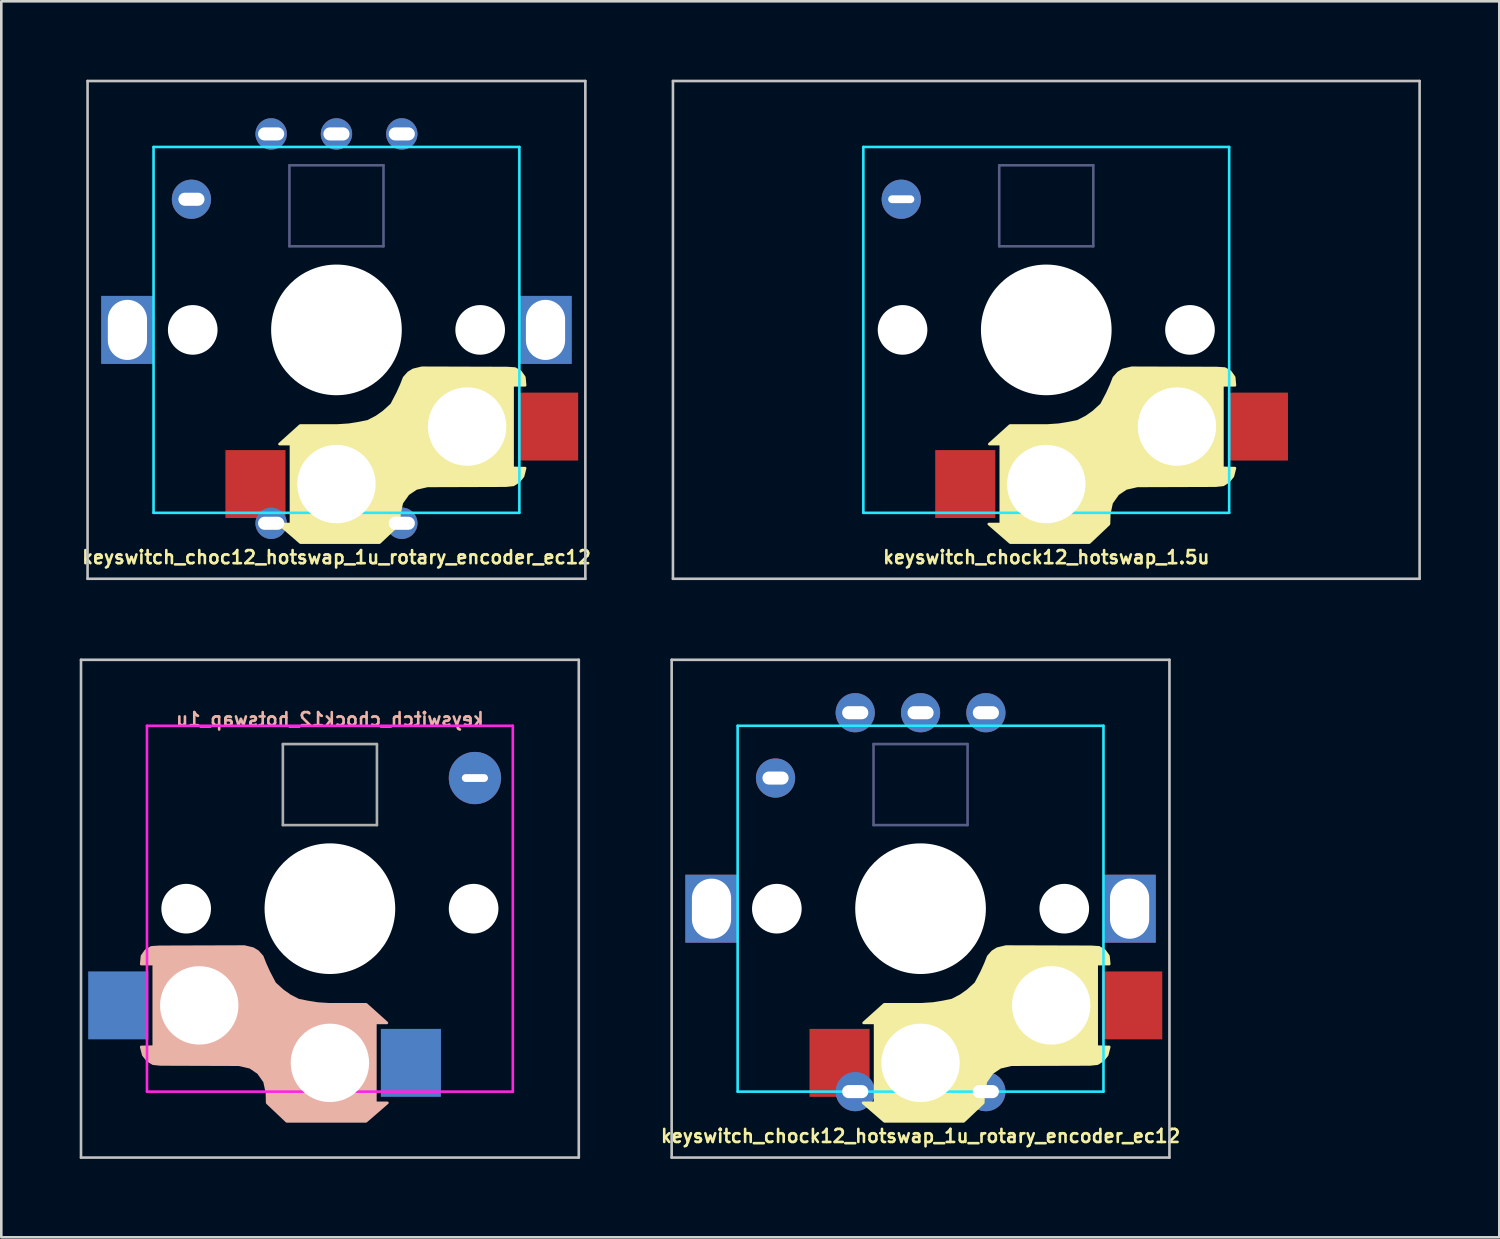
<source format=kicad_pcb>
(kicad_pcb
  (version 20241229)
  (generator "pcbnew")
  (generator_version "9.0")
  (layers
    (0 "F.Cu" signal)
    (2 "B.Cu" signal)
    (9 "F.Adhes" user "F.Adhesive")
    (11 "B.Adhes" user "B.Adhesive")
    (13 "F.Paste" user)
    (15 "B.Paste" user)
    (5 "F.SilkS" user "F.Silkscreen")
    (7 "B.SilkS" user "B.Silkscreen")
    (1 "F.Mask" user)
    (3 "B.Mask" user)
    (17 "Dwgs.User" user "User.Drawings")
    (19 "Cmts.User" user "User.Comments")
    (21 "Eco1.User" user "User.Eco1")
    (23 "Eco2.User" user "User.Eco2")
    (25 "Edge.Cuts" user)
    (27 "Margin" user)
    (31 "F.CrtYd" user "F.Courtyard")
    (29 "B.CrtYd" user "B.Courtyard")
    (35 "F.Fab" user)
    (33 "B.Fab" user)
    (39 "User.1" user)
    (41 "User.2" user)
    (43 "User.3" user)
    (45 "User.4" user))
  (footprint "keyswitch_chock12_hotswap_1u"
    (layer "F.Cu")
    (at 9.575 31.725)
    (property "Reference" "keyswitch_chock12_hotswap_1u" (at 0 -7.25 0) (layer "B.SilkS") (effects (font (size 0.5 0.5) (thickness 0.1) (bold yes)) (justify mirror)))
    (attr smd)
    (fp_poly (pts (xy -1.8 3.14) (xy -2.11 2.86) (xy -2.34 2.42) (xy -2.48 2.11) (xy -2.59 1.83) (xy -2.76 1.64) (xy -2.94 1.53) (xy -3.27 1.45) (xy -6.52 1.46) (xy -6.83 1.48) (xy -7.04 1.6) (xy -7.19 1.81) (xy -7.22 2.12) (xy -6.74 2.12) (xy -6.74 5.28) (xy -7.22 5.29) (xy -7.14 5.6) (xy -6.98 5.8) (xy -6.77 5.93) (xy -6.48 5.96) (xy -3.48 5.97) (xy -3.05 6.07) (xy -2.74 6.28) (xy -2.5 6.62) (xy -2.41 7.04) (xy -2.4 7.43) (xy -1.65 8.14) (xy 1.38 8.14) (xy 2.2 7.43) (xy 1.74 7.43) (xy 1.74 4.37) (xy 2.18 4.37) (xy 1.39 3.66) (xy -0.02 3.66) (xy -0.48 3.63) (xy -0.85 3.57) (xy -1.2 3.5) (xy -1.53 3.33)) (stroke (width 0.1) (type solid)) (fill yes) (layer "B.SilkS"))
    (fp_line (start -9.525 -9.525) (end 9.525 -9.525) (stroke (width 0.1) (type solid)) (layer "Dwgs.User"))
    (fp_line (start -9.525 9.525) (end -9.525 -9.525) (stroke (width 0.1) (type solid)) (layer "Dwgs.User"))
    (fp_line (start 9.525 -9.525) (end 9.525 9.525) (stroke (width 0.1) (type solid)) (layer "Dwgs.User"))
    (fp_line (start 9.525 9.525) (end -9.525 9.525) (stroke (width 0.1) (type solid)) (layer "Dwgs.User"))
    (fp_line (start -7 -7) (end 7 -7) (stroke (width 0.1) (type solid)) (layer "F.CrtYd"))
    (fp_line (start -7 7) (end -7 -7) (stroke (width 0.1) (type solid)) (layer "F.CrtYd"))
    (fp_line (start 7 -7) (end 7 7) (stroke (width 0.1) (type solid)) (layer "F.CrtYd"))
    (fp_line (start 7 7) (end -7 7) (stroke (width 0.1) (type solid)) (layer "F.CrtYd"))
    (fp_line (start -1.8 -3.2) (end -1.8 -6.3) (stroke (width 0.1) (type default)) (layer "F.Fab"))
    (fp_line (start 1.8 -6.3) (end -1.8 -6.3) (stroke (width 0.1) (type default)) (layer "F.Fab"))
    (fp_line (start 1.8 -3.2) (end -1.8 -3.2) (stroke (width 0.1) (type default)) (layer "F.Fab"))
    (fp_line (start 1.8 -3.2) (end 1.8 -6.3) (stroke (width 0.1) (type default)) (layer "F.Fab"))
    (pad "" np_thru_hole circle (at -5.5 0 90) (size 1.9 1.9) (drill 1.9) (layers "*.Cu" "*.Mask"))
    (pad "" np_thru_hole circle (at -5 3.7 90) (size 3 3) (drill 3) (layers "*.Cu" "*.Mask"))
    (pad "" np_thru_hole circle (at 0 0 90) (size 5 5) (drill 5) (layers "*.Cu" "*.Mask"))
    (pad "" np_thru_hole circle (at 0 5.9 90) (size 3 3) (drill 3) (layers "*.Cu" "*.Mask"))
    (pad "" np_thru_hole circle (at 5.5 0 90) (size 1.9 1.9) (drill 1.9) (layers "*.Cu" "*.Mask"))
    (pad "" thru_hole oval (at 5.55 -5 180) (size 2 2) (drill oval 1 0.3) (layers "*.Cu" "B.Mask"))
    (pad "1" smd rect (at -8.1 3.7 180) (size 2.3 2.6) (layers "B.Cu" "B.Mask" "B.Paste"))
    (pad "2" smd rect (at 3.1 5.9 180) (size 2.3 2.6) (layers "B.Cu" "B.Mask" "B.Paste")))
  (footprint "keyswitch_chock12_hotswap_1.5u"
    (layer "F.Cu")
    (at 36.99 9.575)
    (property "Reference" "keyswitch_chock12_hotswap_1.5u" (at 0 8.7 0) (layer "F.SilkS") (effects (font (size 0.5 0.5) (thickness 0.1) (bold yes))))
    (attr smd)
    (fp_poly (pts (xy 1.8 3.14) (xy 2.11 2.86) (xy 2.34 2.42) (xy 2.48 2.11) (xy 2.59 1.83) (xy 2.76 1.64) (xy 2.94 1.53) (xy 3.27 1.45) (xy 6.52 1.46) (xy 6.83 1.48) (xy 7.04 1.6) (xy 7.19 1.81) (xy 7.22 2.12) (xy 6.74 2.12) (xy 6.74 5.28) (xy 7.22 5.29) (xy 7.14 5.6) (xy 6.98 5.8) (xy 6.77 5.93) (xy 6.48 5.96) (xy 3.48 5.97) (xy 3.05 6.07) (xy 2.74 6.28) (xy 2.5 6.62) (xy 2.41 7.04) (xy 2.4 7.43) (xy 1.65 8.14) (xy -1.38 8.14) (xy -2.2 7.43) (xy -1.74 7.43) (xy -1.74 4.37) (xy -2.18 4.37) (xy -1.39 3.66) (xy 0.02 3.66) (xy 0.48 3.63) (xy 0.85 3.57) (xy 1.2 3.5) (xy 1.53 3.33)) (stroke (width 0.1) (type solid)) (fill yes) (layer "F.SilkS"))
    (fp_line (start -14.287 -9.525) (end -14.287 9.525) (stroke (width 0.1) (type solid)) (layer "Dwgs.User"))
    (fp_line (start -14.287 9.525) (end 14.287 9.525) (stroke (width 0.1) (type solid)) (layer "Dwgs.User"))
    (fp_line (start 14.287 -9.525) (end -14.287 -9.525) (stroke (width 0.1) (type solid)) (layer "Dwgs.User"))
    (fp_line (start 14.287 9.525) (end 14.287 -9.525) (stroke (width 0.1) (type solid)) (layer "Dwgs.User"))
    (fp_line (start -7 -7) (end -7 7) (stroke (width 0.1) (type solid)) (layer "B.CrtYd"))
    (fp_line (start -7 7) (end 7 7) (stroke (width 0.1) (type solid)) (layer "B.CrtYd"))
    (fp_line (start 7 -7) (end -7 -7) (stroke (width 0.1) (type solid)) (layer "B.CrtYd"))
    (fp_line (start 7 7) (end 7 -7) (stroke (width 0.1) (type solid)) (layer "B.CrtYd"))
    (fp_line (start -1.8 -6.3) (end 1.8 -6.3) (stroke (width 0.1) (type default)) (layer "B.Fab"))
    (fp_line (start -1.8 -3.2) (end -1.8 -6.3) (stroke (width 0.1) (type default)) (layer "B.Fab"))
    (fp_line (start -1.8 -3.2) (end 1.8 -3.2) (stroke (width 0.1) (type default)) (layer "B.Fab"))
    (fp_line (start 1.8 -3.2) (end 1.8 -6.3) (stroke (width 0.1) (type default)) (layer "B.Fab"))
    (pad "" thru_hole circle (at -5.55 -5) (size 1.5 1.5) (drill oval 1 0.3) (layers "*.Cu" "F.Mask"))
    (pad "" np_thru_hole circle (at -5.5 0 270) (size 1.9 1.9) (drill 1.9) (layers "*.Cu" "*.Mask"))
    (pad "" np_thru_hole circle (at 0 0 270) (size 5 5) (drill 5) (layers "*.Cu" "*.Mask"))
    (pad "" np_thru_hole circle (at 0 5.9 270) (size 3 3) (drill 3) (layers "*.Cu" "*.Mask"))
    (pad "" np_thru_hole circle (at 5 3.7 270) (size 3 3) (drill 3) (layers "*.Cu" "*.Mask"))
    (pad "" np_thru_hole circle (at 5.5 0 270) (size 1.9 1.9) (drill 1.9) (layers "*.Cu" "*.Mask"))
    (pad "1" smd rect (at 8.1 3.7 180) (size 2.3 2.6) (layers "F.Cu" "F.Mask" "F.Paste"))
    (pad "2" smd rect (at -3.1 5.9 180) (size 2.3 2.6) (layers "F.Cu" "F.Mask" "F.Paste")))
  (footprint "keyswitch_choc12_hotswap_1u_rotary_encoder_ec12"
    (layer "F.Cu")
    (at 9.826 9.575)
    (property "Reference" "keyswitch_choc12_hotswap_1u_rotary_encoder_ec12" (at 0 8.7 0) (layer "F.SilkS") (effects (font (size 0.5 0.5) (thickness 0.1) (bold yes))))
    (attr smd)
    (fp_poly (pts (xy 1.8 3.14) (xy 2.11 2.86) (xy 2.34 2.42) (xy 2.48 2.11) (xy 2.59 1.83) (xy 2.76 1.64) (xy 2.94 1.53) (xy 3.27 1.45) (xy 6.52 1.46) (xy 6.83 1.48) (xy 7.04 1.6) (xy 7.19 1.81) (xy 7.22 2.12) (xy 6.74 2.12) (xy 6.74 5.28) (xy 7.22 5.29) (xy 7.14 5.6) (xy 6.98 5.8) (xy 6.77 5.93) (xy 6.48 5.96) (xy 3.48 5.97) (xy 3.05 6.07) (xy 2.74 6.28) (xy 2.5 6.62) (xy 2.41 7.04) (xy 2.4 7.43) (xy 1.65 8.14) (xy -1.38 8.14) (xy -2.2 7.43) (xy -1.74 7.43) (xy -1.74 4.37) (xy -2.18 4.37) (xy -1.39 3.66) (xy 0.02 3.66) (xy 0.48 3.63) (xy 0.85 3.57) (xy 1.2 3.5) (xy 1.53 3.33)) (stroke (width 0.1) (type solid)) (fill yes) (layer "F.SilkS"))
    (fp_line (start -9.525 -9.525) (end -9.525 9.525) (stroke (width 0.1) (type solid)) (layer "Dwgs.User"))
    (fp_line (start -9.525 9.525) (end 9.525 9.525) (stroke (width 0.1) (type solid)) (layer "Dwgs.User"))
    (fp_line (start 9.525 -9.525) (end -9.525 -9.525) (stroke (width 0.1) (type solid)) (layer "Dwgs.User"))
    (fp_line (start 9.525 9.525) (end 9.525 -9.525) (stroke (width 0.1) (type solid)) (layer "Dwgs.User"))
    (fp_line (start -7 -7) (end -7 7) (stroke (width 0.1) (type solid)) (layer "B.CrtYd"))
    (fp_line (start -7 7) (end 7 7) (stroke (width 0.1) (type solid)) (layer "B.CrtYd"))
    (fp_line (start 7 -7) (end -7 -7) (stroke (width 0.1) (type solid)) (layer "B.CrtYd"))
    (fp_line (start 7 7) (end 7 -7) (stroke (width 0.1) (type solid)) (layer "B.CrtYd"))
    (fp_line (start -1.8 -6.3) (end 1.8 -6.3) (stroke (width 0.1) (type default)) (layer "B.Fab"))
    (fp_line (start -1.8 -3.2) (end -1.8 -6.3) (stroke (width 0.1) (type default)) (layer "B.Fab"))
    (fp_line (start -1.8 -3.2) (end 1.8 -3.2) (stroke (width 0.1) (type default)) (layer "B.Fab"))
    (fp_line (start 1.8 -3.2) (end 1.8 -6.3) (stroke (width 0.1) (type default)) (layer "B.Fab"))
    (pad "" thru_hole rect (at -8 0 90) (size 2.6 2) (drill oval 2.3 1.5) (layers "*.Cu" "*.Mask"))
    (pad "" thru_hole circle (at -5.55 -5) (size 1.5 1.5) (drill oval 1 0.5) (layers "*.Cu" "F.Mask"))
    (pad "" np_thru_hole circle (at -5.5 0 270) (size 1.9 1.9) (drill 1.9) (layers "*.Cu" "*.Mask"))
    (pad "" np_thru_hole circle (at 0 0 270) (size 5 5) (drill 5) (layers "*.Cu" "*.Mask"))
    (pad "" np_thru_hole circle (at 0 5.9 270) (size 3 3) (drill 3) (layers "*.Cu" "*.Mask"))
    (pad "" np_thru_hole circle (at 5 3.7 270) (size 3 3) (drill 3) (layers "*.Cu" "*.Mask"))
    (pad "" np_thru_hole circle (at 5.5 0 270) (size 1.9 1.9) (drill 1.9) (layers "*.Cu" "*.Mask"))
    (pad "" thru_hole rect (at 8 0 90) (size 2.6 2) (drill oval 2.3 1.5) (layers "*.Cu" "*.Mask"))
    (pad "A" thru_hole circle (at -2.5 -7.5 180) (size 1.2 1.2) (drill oval 1 0.5) (layers "*.Cu" "F.Mask"))
    (pad "B" thru_hole circle (at 2.5 -7.5 180) (size 1.2 1.2) (drill oval 1 0.5) (layers "*.Cu" "F.Mask"))
    (pad "C" thru_hole circle (at 0 -7.5 180) (size 1.2 1.2) (drill oval 1 0.5) (layers "*.Cu" "F.Mask"))
    (pad "S1" thru_hole circle (at 2.5 7.4 180) (size 1.2 1.2) (drill oval 1 0.5) (layers "*.Cu" "F.Mask"))
    (pad "S1" smd rect (at 8.1 3.7 180) (size 2.3 2.6) (layers "F.Cu" "F.Mask" "F.Paste"))
    (pad "S2" smd rect (at -3.1 5.9 180) (size 2.3 2.6) (layers "F.Cu" "F.Mask" "F.Paste"))
    (pad "S2" thru_hole circle (at -2.5 7.4 180) (size 1.2 1.2) (drill oval 1 0.5) (layers "*.Cu" "F.Mask")))
  (footprint "keyswitch_chock12_hotswap_1u_rotary_encoder_ec12"
    (layer "F.Cu")
    (at 32.179 31.725)
    (property "Reference" "keyswitch_chock12_hotswap_1u_rotary_encoder_ec12" (at 0 8.7 0) (layer "F.SilkS") (effects (font (size 0.5 0.5) (thickness 0.1) (bold yes))))
    (attr smd)
    (fp_poly (pts (xy 1.8 3.14) (xy 2.11 2.86) (xy 2.34 2.42) (xy 2.48 2.11) (xy 2.59 1.83) (xy 2.76 1.64) (xy 2.94 1.53) (xy 3.27 1.45) (xy 6.52 1.46) (xy 6.83 1.48) (xy 7.04 1.6) (xy 7.19 1.81) (xy 7.22 2.12) (xy 6.74 2.12) (xy 6.74 5.28) (xy 7.22 5.29) (xy 7.14 5.6) (xy 6.98 5.8) (xy 6.77 5.93) (xy 6.48 5.96) (xy 3.48 5.97) (xy 3.05 6.07) (xy 2.74 6.28) (xy 2.5 6.62) (xy 2.41 7.04) (xy 2.4 7.43) (xy 1.65 8.14) (xy -1.38 8.14) (xy -2.2 7.43) (xy -1.74 7.43) (xy -1.74 4.37) (xy -2.18 4.37) (xy -1.39 3.66) (xy 0.02 3.66) (xy 0.48 3.63) (xy 0.85 3.57) (xy 1.2 3.5) (xy 1.53 3.33)) (stroke (width 0.1) (type solid)) (fill yes) (layer "F.SilkS"))
    (fp_line (start -9.525 -9.525) (end -9.525 9.525) (stroke (width 0.1) (type solid)) (layer "Dwgs.User"))
    (fp_line (start -9.525 9.525) (end 9.525 9.525) (stroke (width 0.1) (type solid)) (layer "Dwgs.User"))
    (fp_line (start 9.525 -9.525) (end -9.525 -9.525) (stroke (width 0.1) (type solid)) (layer "Dwgs.User"))
    (fp_line (start 9.525 9.525) (end 9.525 -9.525) (stroke (width 0.1) (type solid)) (layer "Dwgs.User"))
    (fp_line (start -7 -7) (end -7 7) (stroke (width 0.1) (type solid)) (layer "B.CrtYd"))
    (fp_line (start -7 7) (end 7 7) (stroke (width 0.1) (type solid)) (layer "B.CrtYd"))
    (fp_line (start 7 -7) (end -7 -7) (stroke (width 0.1) (type solid)) (layer "B.CrtYd"))
    (fp_line (start 7 7) (end 7 -7) (stroke (width 0.1) (type solid)) (layer "B.CrtYd"))
    (fp_line (start -1.8 -6.3) (end 1.8 -6.3) (stroke (width 0.1) (type default)) (layer "B.Fab"))
    (fp_line (start -1.8 -3.2) (end -1.8 -6.3) (stroke (width 0.1) (type default)) (layer "B.Fab"))
    (fp_line (start -1.8 -3.2) (end 1.8 -3.2) (stroke (width 0.1) (type default)) (layer "B.Fab"))
    (fp_line (start 1.8 -3.2) (end 1.8 -6.3) (stroke (width 0.1) (type default)) (layer "B.Fab"))
    (pad "" thru_hole rect (at -8 0 90) (size 2.6 2) (drill oval 2.3 1.5) (layers "*.Cu" "*.Mask"))
    (pad "" thru_hole circle (at -5.55 -5) (size 1.5 1.5) (drill oval 1 0.5) (layers "*.Cu" "F.Mask"))
    (pad "" np_thru_hole circle (at -5.5 0 270) (size 1.9 1.9) (drill 1.9) (layers "*.Cu" "*.Mask"))
    (pad "" np_thru_hole circle (at 0 0 270) (size 5 5) (drill 5) (layers "*.Cu" "*.Mask"))
    (pad "" np_thru_hole circle (at 0 5.9 270) (size 3 3) (drill 3) (layers "*.Cu" "*.Mask"))
    (pad "" np_thru_hole circle (at 5 3.7 270) (size 3 3) (drill 3) (layers "*.Cu" "*.Mask"))
    (pad "" np_thru_hole circle (at 5.5 0 270) (size 1.9 1.9) (drill 1.9) (layers "*.Cu" "*.Mask"))
    (pad "" thru_hole rect (at 8 0 90) (size 2.6 2) (drill oval 2.3 1.5) (layers "*.Cu" "*.Mask"))
    (pad "A" thru_hole circle (at -2.5 -7.5 180) (size 1.5 1.5) (drill oval 1 0.5) (layers "*.Cu" "F.Mask"))
    (pad "B" thru_hole circle (at 2.5 -7.5 180) (size 1.5 1.5) (drill oval 1 0.5) (layers "*.Cu" "F.Mask"))
    (pad "C" thru_hole circle (at 0 -7.5 180) (size 1.5 1.5) (drill oval 1 0.5) (layers "*.Cu" "F.Mask"))
    (pad "S1" thru_hole circle (at 2.5 7 180) (size 1.5 1.5) (drill oval 1 0.5) (layers "*.Cu" "F.Mask"))
    (pad "S1" smd rect (at 8.1 3.7 180) (size 2.3 2.6) (layers "F.Cu" "F.Mask" "F.Paste"))
    (pad "S2" smd rect (at -3.1 5.9 180) (size 2.3 2.6) (layers "F.Cu" "F.Mask" "F.Paste"))
    (pad "S2" thru_hole circle (at -2.5 7 180) (size 1.5 1.5) (drill oval 1 0.5) (layers "*.Cu" "F.Mask")))
  (gr_rect
    (start -3 -3)
    (end 54.327 44.3)
    (stroke (width 0.1) (type default))
    (fill no)
    (layer "Edge.Cuts")))
</source>
